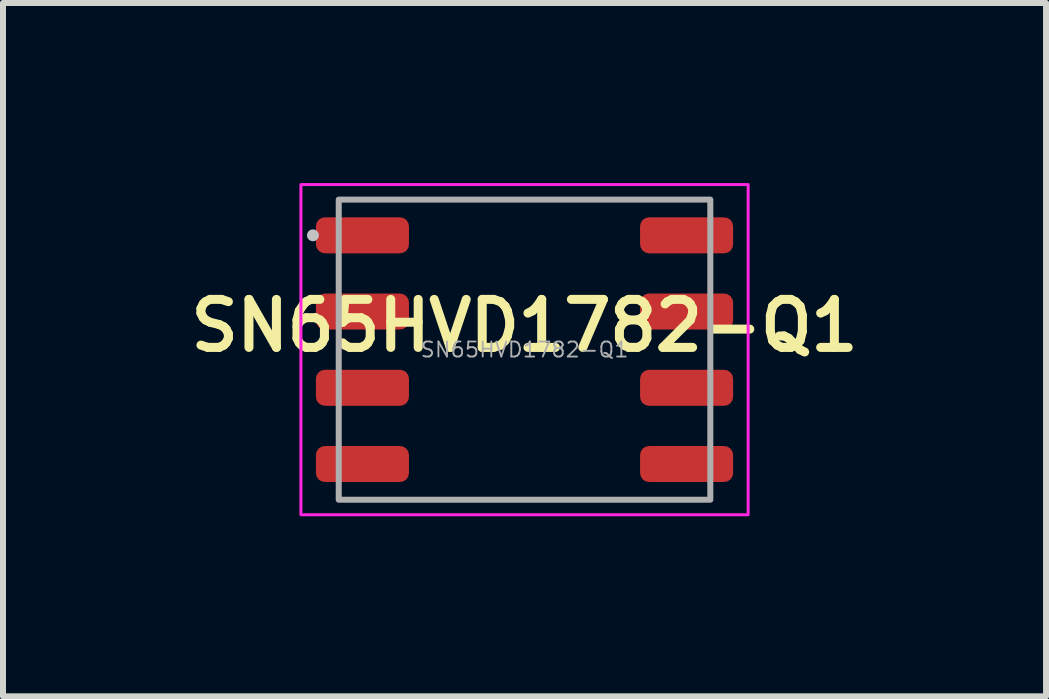
<source format=kicad_pcb>
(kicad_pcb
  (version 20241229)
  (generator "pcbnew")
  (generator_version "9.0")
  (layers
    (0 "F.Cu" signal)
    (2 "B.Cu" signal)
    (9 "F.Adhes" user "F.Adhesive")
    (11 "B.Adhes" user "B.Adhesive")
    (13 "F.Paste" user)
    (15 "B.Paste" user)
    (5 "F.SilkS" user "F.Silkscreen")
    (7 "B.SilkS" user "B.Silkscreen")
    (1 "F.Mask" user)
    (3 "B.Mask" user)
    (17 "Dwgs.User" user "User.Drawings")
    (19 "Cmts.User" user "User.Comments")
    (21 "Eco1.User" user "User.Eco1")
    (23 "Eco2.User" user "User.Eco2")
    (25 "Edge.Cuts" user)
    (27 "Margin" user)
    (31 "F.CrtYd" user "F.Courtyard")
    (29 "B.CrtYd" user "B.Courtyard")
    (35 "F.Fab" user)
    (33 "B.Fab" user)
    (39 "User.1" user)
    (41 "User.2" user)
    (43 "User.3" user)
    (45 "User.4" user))
  (footprint "SN65HVD1782-Q1"
    (layer "F.Cu")
    (at 5.688 2.775)
    (property "Reference" "SN65HVD1782-Q1" (at 0 -0.4 0) (unlocked yes) (layer "F.SilkS") (effects (font (size 0.8 0.8) (thickness 0.15))))
    (attr smd)
    (fp_circle (center -3.525 -1.905) (end -3.475 -1.905) (stroke (width 0.1) (type solid)) (fill no) (layer "Dwgs.User"))
    (fp_rect (start -3.725 -2.75) (end 3.725 2.75) (stroke (width 0.05) (type solid)) (fill no) (layer "F.CrtYd"))
    (fp_rect (start -3.095 -2.5) (end 3.095 2.5) (stroke (width 0.1) (type solid)) (fill no) (layer "F.Fab"))
    (fp_text user "${REFERENCE}" (at 0 0 0) (unlocked yes) (layer "F.Fab") (effects (font (size 0.25 0.25) (thickness 0.031))))
    (pad "1" smd roundrect (at -2.7 -1.905) (size 1.55 0.6) (layers "F.Cu" "F.Mask" "F.Paste") (roundrect_rratio 0.25))
    (pad "2" smd roundrect (at -2.7 -0.635) (size 1.55 0.6) (layers "F.Cu" "F.Mask" "F.Paste") (roundrect_rratio 0.25))
    (pad "3" smd roundrect (at -2.7 0.635) (size 1.55 0.6) (layers "F.Cu" "F.Mask" "F.Paste") (roundrect_rratio 0.25))
    (pad "4" smd roundrect (at -2.7 1.905) (size 1.55 0.6) (layers "F.Cu" "F.Mask" "F.Paste") (roundrect_rratio 0.25))
    (pad "5" smd roundrect (at 2.7 1.905 180) (size 1.55 0.6) (layers "F.Cu" "F.Mask" "F.Paste") (roundrect_rratio 0.25))
    (pad "6" smd roundrect (at 2.7 0.635 180) (size 1.55 0.6) (layers "F.Cu" "F.Mask" "F.Paste") (roundrect_rratio 0.25))
    (pad "7" smd roundrect (at 2.7 -0.635 180) (size 1.55 0.6) (layers "F.Cu" "F.Mask" "F.Paste") (roundrect_rratio 0.25))
    (pad "8" smd roundrect (at 2.7 -1.905 180) (size 1.55 0.6) (layers "F.Cu" "F.Mask" "F.Paste") (roundrect_rratio 0.25)))
  (gr_rect
    (start -3 -3)
    (end 14.376 8.55)
    (stroke (width 0.1) (type default))
    (fill no)
    (layer "Edge.Cuts")))
</source>
